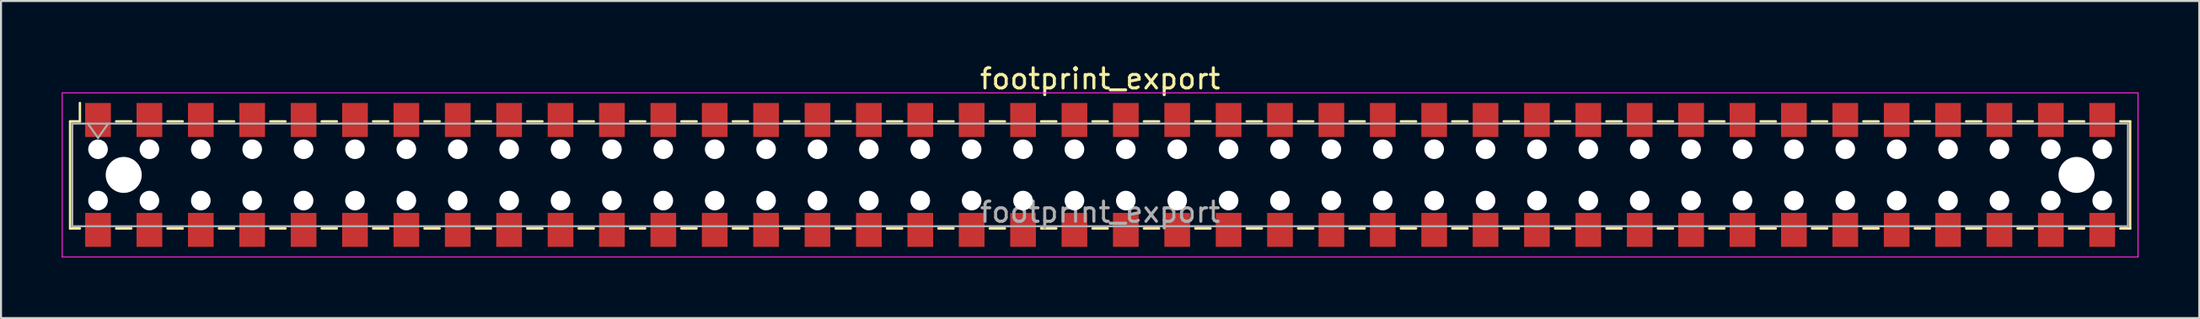
<source format=kicad_pcb>
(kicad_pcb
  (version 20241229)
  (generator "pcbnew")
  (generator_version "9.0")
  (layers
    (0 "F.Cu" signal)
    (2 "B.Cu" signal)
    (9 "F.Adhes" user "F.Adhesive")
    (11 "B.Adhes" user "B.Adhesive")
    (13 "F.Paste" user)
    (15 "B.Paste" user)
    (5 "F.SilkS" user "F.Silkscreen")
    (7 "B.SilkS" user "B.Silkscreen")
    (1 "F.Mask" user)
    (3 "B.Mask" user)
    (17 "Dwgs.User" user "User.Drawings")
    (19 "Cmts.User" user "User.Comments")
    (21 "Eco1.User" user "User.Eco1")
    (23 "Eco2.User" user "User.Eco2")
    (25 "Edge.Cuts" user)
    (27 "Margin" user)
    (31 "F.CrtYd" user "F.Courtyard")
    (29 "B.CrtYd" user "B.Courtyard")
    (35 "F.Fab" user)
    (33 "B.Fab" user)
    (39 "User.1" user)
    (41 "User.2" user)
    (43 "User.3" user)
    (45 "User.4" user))
  (footprint "footprint_export"
    (layer "F.Cu")
    (at 51.325 5.608)
    (property "Reference" "footprint_export" (at 0 -4.76 0) (layer "F.SilkS") (effects (font (size 1 1) (thickness 0.15))))
    (attr smd)
    (fp_line (start -50.91 -2.65) (end -50.91 2.65) (stroke (width 0.12) (type solid)) (layer "F.SilkS"))
    (fp_line (start -50.91 2.65) (end -50.425 2.65) (stroke (width 0.12) (type solid)) (layer "F.SilkS"))
    (fp_line (start -50.425 -3.56) (end -50.425 -2.65) (stroke (width 0.12) (type solid)) (layer "F.SilkS"))
    (fp_line (start -50.425 -2.65) (end -50.91 -2.65) (stroke (width 0.12) (type solid)) (layer "F.SilkS"))
    (fp_line (start -48.635 -2.65) (end -47.885 -2.65) (stroke (width 0.12) (type solid)) (layer "F.SilkS"))
    (fp_line (start -48.635 2.65) (end -47.885 2.65) (stroke (width 0.12) (type solid)) (layer "F.SilkS"))
    (fp_line (start -46.095 -2.65) (end -45.345 -2.65) (stroke (width 0.12) (type solid)) (layer "F.SilkS"))
    (fp_line (start -46.095 2.65) (end -45.345 2.65) (stroke (width 0.12) (type solid)) (layer "F.SilkS"))
    (fp_line (start -43.555 -2.65) (end -42.805 -2.65) (stroke (width 0.12) (type solid)) (layer "F.SilkS"))
    (fp_line (start -43.555 2.65) (end -42.805 2.65) (stroke (width 0.12) (type solid)) (layer "F.SilkS"))
    (fp_line (start -41.015 -2.65) (end -40.265 -2.65) (stroke (width 0.12) (type solid)) (layer "F.SilkS"))
    (fp_line (start -41.015 2.65) (end -40.265 2.65) (stroke (width 0.12) (type solid)) (layer "F.SilkS"))
    (fp_line (start -38.475 -2.65) (end -37.725 -2.65) (stroke (width 0.12) (type solid)) (layer "F.SilkS"))
    (fp_line (start -38.475 2.65) (end -37.725 2.65) (stroke (width 0.12) (type solid)) (layer "F.SilkS"))
    (fp_line (start -35.935 -2.65) (end -35.185 -2.65) (stroke (width 0.12) (type solid)) (layer "F.SilkS"))
    (fp_line (start -35.935 2.65) (end -35.185 2.65) (stroke (width 0.12) (type solid)) (layer "F.SilkS"))
    (fp_line (start -33.395 -2.65) (end -32.645 -2.65) (stroke (width 0.12) (type solid)) (layer "F.SilkS"))
    (fp_line (start -33.395 2.65) (end -32.645 2.65) (stroke (width 0.12) (type solid)) (layer "F.SilkS"))
    (fp_line (start -30.855 -2.65) (end -30.105 -2.65) (stroke (width 0.12) (type solid)) (layer "F.SilkS"))
    (fp_line (start -30.855 2.65) (end -30.105 2.65) (stroke (width 0.12) (type solid)) (layer "F.SilkS"))
    (fp_line (start -28.315 -2.65) (end -27.565 -2.65) (stroke (width 0.12) (type solid)) (layer "F.SilkS"))
    (fp_line (start -28.315 2.65) (end -27.565 2.65) (stroke (width 0.12) (type solid)) (layer "F.SilkS"))
    (fp_line (start -25.775 -2.65) (end -25.025 -2.65) (stroke (width 0.12) (type solid)) (layer "F.SilkS"))
    (fp_line (start -25.775 2.65) (end -25.025 2.65) (stroke (width 0.12) (type solid)) (layer "F.SilkS"))
    (fp_line (start -23.235 -2.65) (end -22.485 -2.65) (stroke (width 0.12) (type solid)) (layer "F.SilkS"))
    (fp_line (start -23.235 2.65) (end -22.485 2.65) (stroke (width 0.12) (type solid)) (layer "F.SilkS"))
    (fp_line (start -20.695 -2.65) (end -19.945 -2.65) (stroke (width 0.12) (type solid)) (layer "F.SilkS"))
    (fp_line (start -20.695 2.65) (end -19.945 2.65) (stroke (width 0.12) (type solid)) (layer "F.SilkS"))
    (fp_line (start -18.155 -2.65) (end -17.405 -2.65) (stroke (width 0.12) (type solid)) (layer "F.SilkS"))
    (fp_line (start -18.155 2.65) (end -17.405 2.65) (stroke (width 0.12) (type solid)) (layer "F.SilkS"))
    (fp_line (start -15.615 -2.65) (end -14.865 -2.65) (stroke (width 0.12) (type solid)) (layer "F.SilkS"))
    (fp_line (start -15.615 2.65) (end -14.865 2.65) (stroke (width 0.12) (type solid)) (layer "F.SilkS"))
    (fp_line (start -13.075 -2.65) (end -12.325 -2.65) (stroke (width 0.12) (type solid)) (layer "F.SilkS"))
    (fp_line (start -13.075 2.65) (end -12.325 2.65) (stroke (width 0.12) (type solid)) (layer "F.SilkS"))
    (fp_line (start -10.535 -2.65) (end -9.785 -2.65) (stroke (width 0.12) (type solid)) (layer "F.SilkS"))
    (fp_line (start -10.535 2.65) (end -9.785 2.65) (stroke (width 0.12) (type solid)) (layer "F.SilkS"))
    (fp_line (start -7.995 -2.65) (end -7.245 -2.65) (stroke (width 0.12) (type solid)) (layer "F.SilkS"))
    (fp_line (start -7.995 2.65) (end -7.245 2.65) (stroke (width 0.12) (type solid)) (layer "F.SilkS"))
    (fp_line (start -5.455 -2.65) (end -4.705 -2.65) (stroke (width 0.12) (type solid)) (layer "F.SilkS"))
    (fp_line (start -5.455 2.65) (end -4.705 2.65) (stroke (width 0.12) (type solid)) (layer "F.SilkS"))
    (fp_line (start -2.915 -2.65) (end -2.165 -2.65) (stroke (width 0.12) (type solid)) (layer "F.SilkS"))
    (fp_line (start -2.915 2.65) (end -2.165 2.65) (stroke (width 0.12) (type solid)) (layer "F.SilkS"))
    (fp_line (start -0.375 -2.65) (end 0.375 -2.65) (stroke (width 0.12) (type solid)) (layer "F.SilkS"))
    (fp_line (start -0.375 2.65) (end 0.375 2.65) (stroke (width 0.12) (type solid)) (layer "F.SilkS"))
    (fp_line (start 2.165 -2.65) (end 2.915 -2.65) (stroke (width 0.12) (type solid)) (layer "F.SilkS"))
    (fp_line (start 2.165 2.65) (end 2.915 2.65) (stroke (width 0.12) (type solid)) (layer "F.SilkS"))
    (fp_line (start 4.705 -2.65) (end 5.455 -2.65) (stroke (width 0.12) (type solid)) (layer "F.SilkS"))
    (fp_line (start 4.705 2.65) (end 5.455 2.65) (stroke (width 0.12) (type solid)) (layer "F.SilkS"))
    (fp_line (start 7.245 -2.65) (end 7.995 -2.65) (stroke (width 0.12) (type solid)) (layer "F.SilkS"))
    (fp_line (start 7.245 2.65) (end 7.995 2.65) (stroke (width 0.12) (type solid)) (layer "F.SilkS"))
    (fp_line (start 9.785 -2.65) (end 10.535 -2.65) (stroke (width 0.12) (type solid)) (layer "F.SilkS"))
    (fp_line (start 9.785 2.65) (end 10.535 2.65) (stroke (width 0.12) (type solid)) (layer "F.SilkS"))
    (fp_line (start 12.325 -2.65) (end 13.075 -2.65) (stroke (width 0.12) (type solid)) (layer "F.SilkS"))
    (fp_line (start 12.325 2.65) (end 13.075 2.65) (stroke (width 0.12) (type solid)) (layer "F.SilkS"))
    (fp_line (start 14.865 -2.65) (end 15.615 -2.65) (stroke (width 0.12) (type solid)) (layer "F.SilkS"))
    (fp_line (start 14.865 2.65) (end 15.615 2.65) (stroke (width 0.12) (type solid)) (layer "F.SilkS"))
    (fp_line (start 17.405 -2.65) (end 18.155 -2.65) (stroke (width 0.12) (type solid)) (layer "F.SilkS"))
    (fp_line (start 17.405 2.65) (end 18.155 2.65) (stroke (width 0.12) (type solid)) (layer "F.SilkS"))
    (fp_line (start 19.945 -2.65) (end 20.695 -2.65) (stroke (width 0.12) (type solid)) (layer "F.SilkS"))
    (fp_line (start 19.945 2.65) (end 20.695 2.65) (stroke (width 0.12) (type solid)) (layer "F.SilkS"))
    (fp_line (start 22.485 -2.65) (end 23.235 -2.65) (stroke (width 0.12) (type solid)) (layer "F.SilkS"))
    (fp_line (start 22.485 2.65) (end 23.235 2.65) (stroke (width 0.12) (type solid)) (layer "F.SilkS"))
    (fp_line (start 25.025 -2.65) (end 25.775 -2.65) (stroke (width 0.12) (type solid)) (layer "F.SilkS"))
    (fp_line (start 25.025 2.65) (end 25.775 2.65) (stroke (width 0.12) (type solid)) (layer "F.SilkS"))
    (fp_line (start 27.565 -2.65) (end 28.315 -2.65) (stroke (width 0.12) (type solid)) (layer "F.SilkS"))
    (fp_line (start 27.565 2.65) (end 28.315 2.65) (stroke (width 0.12) (type solid)) (layer "F.SilkS"))
    (fp_line (start 30.105 -2.65) (end 30.855 -2.65) (stroke (width 0.12) (type solid)) (layer "F.SilkS"))
    (fp_line (start 30.105 2.65) (end 30.855 2.65) (stroke (width 0.12) (type solid)) (layer "F.SilkS"))
    (fp_line (start 32.645 -2.65) (end 33.395 -2.65) (stroke (width 0.12) (type solid)) (layer "F.SilkS"))
    (fp_line (start 32.645 2.65) (end 33.395 2.65) (stroke (width 0.12) (type solid)) (layer "F.SilkS"))
    (fp_line (start 35.185 -2.65) (end 35.935 -2.65) (stroke (width 0.12) (type solid)) (layer "F.SilkS"))
    (fp_line (start 35.185 2.65) (end 35.935 2.65) (stroke (width 0.12) (type solid)) (layer "F.SilkS"))
    (fp_line (start 37.725 -2.65) (end 38.475 -2.65) (stroke (width 0.12) (type solid)) (layer "F.SilkS"))
    (fp_line (start 37.725 2.65) (end 38.475 2.65) (stroke (width 0.12) (type solid)) (layer "F.SilkS"))
    (fp_line (start 40.265 -2.65) (end 41.015 -2.65) (stroke (width 0.12) (type solid)) (layer "F.SilkS"))
    (fp_line (start 40.265 2.65) (end 41.015 2.65) (stroke (width 0.12) (type solid)) (layer "F.SilkS"))
    (fp_line (start 42.805 -2.65) (end 43.555 -2.65) (stroke (width 0.12) (type solid)) (layer "F.SilkS"))
    (fp_line (start 42.805 2.65) (end 43.555 2.65) (stroke (width 0.12) (type solid)) (layer "F.SilkS"))
    (fp_line (start 45.345 -2.65) (end 46.095 -2.65) (stroke (width 0.12) (type solid)) (layer "F.SilkS"))
    (fp_line (start 45.345 2.65) (end 46.095 2.65) (stroke (width 0.12) (type solid)) (layer "F.SilkS"))
    (fp_line (start 47.885 -2.65) (end 48.635 -2.65) (stroke (width 0.12) (type solid)) (layer "F.SilkS"))
    (fp_line (start 47.885 2.65) (end 48.635 2.65) (stroke (width 0.12) (type solid)) (layer "F.SilkS"))
    (fp_line (start 50.425 -2.65) (end 50.91 -2.65) (stroke (width 0.12) (type solid)) (layer "F.SilkS"))
    (fp_line (start 50.91 -2.65) (end 50.91 2.65) (stroke (width 0.12) (type solid)) (layer "F.SilkS"))
    (fp_line (start 50.91 2.65) (end 50.425 2.65) (stroke (width 0.12) (type solid)) (layer "F.SilkS"))
    (fp_line (start -51.3 -4.06) (end 51.3 -4.06) (stroke (width 0.05) (type solid)) (layer "F.CrtYd"))
    (fp_line (start -51.3 4.06) (end -51.3 -4.06) (stroke (width 0.05) (type solid)) (layer "F.CrtYd"))
    (fp_line (start 51.3 -4.06) (end 51.3 4.06) (stroke (width 0.05) (type solid)) (layer "F.CrtYd"))
    (fp_line (start 51.3 4.06) (end -51.3 4.06) (stroke (width 0.05) (type solid)) (layer "F.CrtYd"))
    (fp_line (start -50.8 -2.54) (end 50.8 -2.54) (stroke (width 0.1) (type solid)) (layer "F.Fab"))
    (fp_line (start -50.8 2.54) (end -50.8 -2.54) (stroke (width 0.1) (type solid)) (layer "F.Fab"))
    (fp_line (start -50.03 -2.54) (end -49.53 -1.833) (stroke (width 0.1) (type solid)) (layer "F.Fab"))
    (fp_line (start -49.53 -1.833) (end -49.03 -2.54) (stroke (width 0.1) (type solid)) (layer "F.Fab"))
    (fp_line (start 50.8 -2.54) (end 50.8 2.54) (stroke (width 0.1) (type solid)) (layer "F.Fab"))
    (fp_line (start 50.8 2.54) (end -50.8 2.54) (stroke (width 0.1) (type solid)) (layer "F.Fab"))
    (fp_text user "${REFERENCE}" (at 0 1.84 0) (layer "F.Fab") (effects (font (size 1 1) (thickness 0.15))))
    (pad "" np_thru_hole circle (at -49.53 -1.27) (size 0.97 0.97) (drill 0.97) (layers "*.Cu" "*.Mask"))
    (pad "" np_thru_hole circle (at -49.53 1.27) (size 0.97 0.97) (drill 0.97) (layers "*.Cu" "*.Mask"))
    (pad "" np_thru_hole circle (at -48.26 0) (size 1.78 1.78) (drill 1.78) (layers "*.Cu" "*.Mask"))
    (pad "" np_thru_hole circle (at -46.99 -1.27) (size 0.97 0.97) (drill 0.97) (layers "*.Cu" "*.Mask"))
    (pad "" np_thru_hole circle (at -46.99 1.27) (size 0.97 0.97) (drill 0.97) (layers "*.Cu" "*.Mask"))
    (pad "" np_thru_hole circle (at -44.45 -1.27) (size 0.97 0.97) (drill 0.97) (layers "*.Cu" "*.Mask"))
    (pad "" np_thru_hole circle (at -44.45 1.27) (size 0.97 0.97) (drill 0.97) (layers "*.Cu" "*.Mask"))
    (pad "" np_thru_hole circle (at -41.91 -1.27) (size 0.97 0.97) (drill 0.97) (layers "*.Cu" "*.Mask"))
    (pad "" np_thru_hole circle (at -41.91 1.27) (size 0.97 0.97) (drill 0.97) (layers "*.Cu" "*.Mask"))
    (pad "" np_thru_hole circle (at -39.37 -1.27) (size 0.97 0.97) (drill 0.97) (layers "*.Cu" "*.Mask"))
    (pad "" np_thru_hole circle (at -39.37 1.27) (size 0.97 0.97) (drill 0.97) (layers "*.Cu" "*.Mask"))
    (pad "" np_thru_hole circle (at -36.83 -1.27) (size 0.97 0.97) (drill 0.97) (layers "*.Cu" "*.Mask"))
    (pad "" np_thru_hole circle (at -36.83 1.27) (size 0.97 0.97) (drill 0.97) (layers "*.Cu" "*.Mask"))
    (pad "" np_thru_hole circle (at -34.29 -1.27) (size 0.97 0.97) (drill 0.97) (layers "*.Cu" "*.Mask"))
    (pad "" np_thru_hole circle (at -34.29 1.27) (size 0.97 0.97) (drill 0.97) (layers "*.Cu" "*.Mask"))
    (pad "" np_thru_hole circle (at -31.75 -1.27) (size 0.97 0.97) (drill 0.97) (layers "*.Cu" "*.Mask"))
    (pad "" np_thru_hole circle (at -31.75 1.27) (size 0.97 0.97) (drill 0.97) (layers "*.Cu" "*.Mask"))
    (pad "" np_thru_hole circle (at -29.21 -1.27) (size 0.97 0.97) (drill 0.97) (layers "*.Cu" "*.Mask"))
    (pad "" np_thru_hole circle (at -29.21 1.27) (size 0.97 0.97) (drill 0.97) (layers "*.Cu" "*.Mask"))
    (pad "" np_thru_hole circle (at -26.67 -1.27) (size 0.97 0.97) (drill 0.97) (layers "*.Cu" "*.Mask"))
    (pad "" np_thru_hole circle (at -26.67 1.27) (size 0.97 0.97) (drill 0.97) (layers "*.Cu" "*.Mask"))
    (pad "" np_thru_hole circle (at -24.13 -1.27) (size 0.97 0.97) (drill 0.97) (layers "*.Cu" "*.Mask"))
    (pad "" np_thru_hole circle (at -24.13 1.27) (size 0.97 0.97) (drill 0.97) (layers "*.Cu" "*.Mask"))
    (pad "" np_thru_hole circle (at -21.59 -1.27) (size 0.97 0.97) (drill 0.97) (layers "*.Cu" "*.Mask"))
    (pad "" np_thru_hole circle (at -21.59 1.27) (size 0.97 0.97) (drill 0.97) (layers "*.Cu" "*.Mask"))
    (pad "" np_thru_hole circle (at -19.05 -1.27) (size 0.97 0.97) (drill 0.97) (layers "*.Cu" "*.Mask"))
    (pad "" np_thru_hole circle (at -19.05 1.27) (size 0.97 0.97) (drill 0.97) (layers "*.Cu" "*.Mask"))
    (pad "" np_thru_hole circle (at -16.51 -1.27) (size 0.97 0.97) (drill 0.97) (layers "*.Cu" "*.Mask"))
    (pad "" np_thru_hole circle (at -16.51 1.27) (size 0.97 0.97) (drill 0.97) (layers "*.Cu" "*.Mask"))
    (pad "" np_thru_hole circle (at -13.97 -1.27) (size 0.97 0.97) (drill 0.97) (layers "*.Cu" "*.Mask"))
    (pad "" np_thru_hole circle (at -13.97 1.27) (size 0.97 0.97) (drill 0.97) (layers "*.Cu" "*.Mask"))
    (pad "" np_thru_hole circle (at -11.43 -1.27) (size 0.97 0.97) (drill 0.97) (layers "*.Cu" "*.Mask"))
    (pad "" np_thru_hole circle (at -11.43 1.27) (size 0.97 0.97) (drill 0.97) (layers "*.Cu" "*.Mask"))
    (pad "" np_thru_hole circle (at -8.89 -1.27) (size 0.97 0.97) (drill 0.97) (layers "*.Cu" "*.Mask"))
    (pad "" np_thru_hole circle (at -8.89 1.27) (size 0.97 0.97) (drill 0.97) (layers "*.Cu" "*.Mask"))
    (pad "" np_thru_hole circle (at -6.35 -1.27) (size 0.97 0.97) (drill 0.97) (layers "*.Cu" "*.Mask"))
    (pad "" np_thru_hole circle (at -6.35 1.27) (size 0.97 0.97) (drill 0.97) (layers "*.Cu" "*.Mask"))
    (pad "" np_thru_hole circle (at -3.81 -1.27) (size 0.97 0.97) (drill 0.97) (layers "*.Cu" "*.Mask"))
    (pad "" np_thru_hole circle (at -3.81 1.27) (size 0.97 0.97) (drill 0.97) (layers "*.Cu" "*.Mask"))
    (pad "" np_thru_hole circle (at -1.27 -1.27) (size 0.97 0.97) (drill 0.97) (layers "*.Cu" "*.Mask"))
    (pad "" np_thru_hole circle (at -1.27 1.27) (size 0.97 0.97) (drill 0.97) (layers "*.Cu" "*.Mask"))
    (pad "" np_thru_hole circle (at 1.27 -1.27) (size 0.97 0.97) (drill 0.97) (layers "*.Cu" "*.Mask"))
    (pad "" np_thru_hole circle (at 1.27 1.27) (size 0.97 0.97) (drill 0.97) (layers "*.Cu" "*.Mask"))
    (pad "" np_thru_hole circle (at 3.81 -1.27) (size 0.97 0.97) (drill 0.97) (layers "*.Cu" "*.Mask"))
    (pad "" np_thru_hole circle (at 3.81 1.27) (size 0.97 0.97) (drill 0.97) (layers "*.Cu" "*.Mask"))
    (pad "" np_thru_hole circle (at 6.35 -1.27) (size 0.97 0.97) (drill 0.97) (layers "*.Cu" "*.Mask"))
    (pad "" np_thru_hole circle (at 6.35 1.27) (size 0.97 0.97) (drill 0.97) (layers "*.Cu" "*.Mask"))
    (pad "" np_thru_hole circle (at 8.89 -1.27) (size 0.97 0.97) (drill 0.97) (layers "*.Cu" "*.Mask"))
    (pad "" np_thru_hole circle (at 8.89 1.27) (size 0.97 0.97) (drill 0.97) (layers "*.Cu" "*.Mask"))
    (pad "" np_thru_hole circle (at 11.43 -1.27) (size 0.97 0.97) (drill 0.97) (layers "*.Cu" "*.Mask"))
    (pad "" np_thru_hole circle (at 11.43 1.27) (size 0.97 0.97) (drill 0.97) (layers "*.Cu" "*.Mask"))
    (pad "" np_thru_hole circle (at 13.97 -1.27) (size 0.97 0.97) (drill 0.97) (layers "*.Cu" "*.Mask"))
    (pad "" np_thru_hole circle (at 13.97 1.27) (size 0.97 0.97) (drill 0.97) (layers "*.Cu" "*.Mask"))
    (pad "" np_thru_hole circle (at 16.51 -1.27) (size 0.97 0.97) (drill 0.97) (layers "*.Cu" "*.Mask"))
    (pad "" np_thru_hole circle (at 16.51 1.27) (size 0.97 0.97) (drill 0.97) (layers "*.Cu" "*.Mask"))
    (pad "" np_thru_hole circle (at 19.05 -1.27) (size 0.97 0.97) (drill 0.97) (layers "*.Cu" "*.Mask"))
    (pad "" np_thru_hole circle (at 19.05 1.27) (size 0.97 0.97) (drill 0.97) (layers "*.Cu" "*.Mask"))
    (pad "" np_thru_hole circle (at 21.59 -1.27) (size 0.97 0.97) (drill 0.97) (layers "*.Cu" "*.Mask"))
    (pad "" np_thru_hole circle (at 21.59 1.27) (size 0.97 0.97) (drill 0.97) (layers "*.Cu" "*.Mask"))
    (pad "" np_thru_hole circle (at 24.13 -1.27) (size 0.97 0.97) (drill 0.97) (layers "*.Cu" "*.Mask"))
    (pad "" np_thru_hole circle (at 24.13 1.27) (size 0.97 0.97) (drill 0.97) (layers "*.Cu" "*.Mask"))
    (pad "" np_thru_hole circle (at 26.67 -1.27) (size 0.97 0.97) (drill 0.97) (layers "*.Cu" "*.Mask"))
    (pad "" np_thru_hole circle (at 26.67 1.27) (size 0.97 0.97) (drill 0.97) (layers "*.Cu" "*.Mask"))
    (pad "" np_thru_hole circle (at 29.21 -1.27) (size 0.97 0.97) (drill 0.97) (layers "*.Cu" "*.Mask"))
    (pad "" np_thru_hole circle (at 29.21 1.27) (size 0.97 0.97) (drill 0.97) (layers "*.Cu" "*.Mask"))
    (pad "" np_thru_hole circle (at 31.75 -1.27) (size 0.97 0.97) (drill 0.97) (layers "*.Cu" "*.Mask"))
    (pad "" np_thru_hole circle (at 31.75 1.27) (size 0.97 0.97) (drill 0.97) (layers "*.Cu" "*.Mask"))
    (pad "" np_thru_hole circle (at 34.29 -1.27) (size 0.97 0.97) (drill 0.97) (layers "*.Cu" "*.Mask"))
    (pad "" np_thru_hole circle (at 34.29 1.27) (size 0.97 0.97) (drill 0.97) (layers "*.Cu" "*.Mask"))
    (pad "" np_thru_hole circle (at 36.83 -1.27) (size 0.97 0.97) (drill 0.97) (layers "*.Cu" "*.Mask"))
    (pad "" np_thru_hole circle (at 36.83 1.27) (size 0.97 0.97) (drill 0.97) (layers "*.Cu" "*.Mask"))
    (pad "" np_thru_hole circle (at 39.37 -1.27) (size 0.97 0.97) (drill 0.97) (layers "*.Cu" "*.Mask"))
    (pad "" np_thru_hole circle (at 39.37 1.27) (size 0.97 0.97) (drill 0.97) (layers "*.Cu" "*.Mask"))
    (pad "" np_thru_hole circle (at 41.91 -1.27) (size 0.97 0.97) (drill 0.97) (layers "*.Cu" "*.Mask"))
    (pad "" np_thru_hole circle (at 41.91 1.27) (size 0.97 0.97) (drill 0.97) (layers "*.Cu" "*.Mask"))
    (pad "" np_thru_hole circle (at 44.45 -1.27) (size 0.97 0.97) (drill 0.97) (layers "*.Cu" "*.Mask"))
    (pad "" np_thru_hole circle (at 44.45 1.27) (size 0.97 0.97) (drill 0.97) (layers "*.Cu" "*.Mask"))
    (pad "" np_thru_hole circle (at 46.99 -1.27) (size 0.97 0.97) (drill 0.97) (layers "*.Cu" "*.Mask"))
    (pad "" np_thru_hole circle (at 46.99 1.27) (size 0.97 0.97) (drill 0.97) (layers "*.Cu" "*.Mask"))
    (pad "" np_thru_hole circle (at 48.26 0) (size 1.78 1.78) (drill 1.78) (layers "*.Cu" "*.Mask"))
    (pad "" np_thru_hole circle (at 49.53 -1.27) (size 0.97 0.97) (drill 0.97) (layers "*.Cu" "*.Mask"))
    (pad "" np_thru_hole circle (at 49.53 1.27) (size 0.97 0.97) (drill 0.97) (layers "*.Cu" "*.Mask"))
    (pad "1" smd rect (at -49.53 -2.72) (size 1.27 1.68) (layers "F.Cu" "F.Mask" "F.Paste"))
    (pad "2" smd rect (at -49.53 2.72) (size 1.27 1.68) (layers "F.Cu" "F.Mask" "F.Paste"))
    (pad "3" smd rect (at -46.99 -2.72) (size 1.27 1.68) (layers "F.Cu" "F.Mask" "F.Paste"))
    (pad "4" smd rect (at -46.99 2.72) (size 1.27 1.68) (layers "F.Cu" "F.Mask" "F.Paste"))
    (pad "5" smd rect (at -44.45 -2.72) (size 1.27 1.68) (layers "F.Cu" "F.Mask" "F.Paste"))
    (pad "6" smd rect (at -44.45 2.72) (size 1.27 1.68) (layers "F.Cu" "F.Mask" "F.Paste"))
    (pad "7" smd rect (at -41.91 -2.72) (size 1.27 1.68) (layers "F.Cu" "F.Mask" "F.Paste"))
    (pad "8" smd rect (at -41.91 2.72) (size 1.27 1.68) (layers "F.Cu" "F.Mask" "F.Paste"))
    (pad "9" smd rect (at -39.37 -2.72) (size 1.27 1.68) (layers "F.Cu" "F.Mask" "F.Paste"))
    (pad "10" smd rect (at -39.37 2.72) (size 1.27 1.68) (layers "F.Cu" "F.Mask" "F.Paste"))
    (pad "11" smd rect (at -36.83 -2.72) (size 1.27 1.68) (layers "F.Cu" "F.Mask" "F.Paste"))
    (pad "12" smd rect (at -36.83 2.72) (size 1.27 1.68) (layers "F.Cu" "F.Mask" "F.Paste"))
    (pad "13" smd rect (at -34.29 -2.72) (size 1.27 1.68) (layers "F.Cu" "F.Mask" "F.Paste"))
    (pad "14" smd rect (at -34.29 2.72) (size 1.27 1.68) (layers "F.Cu" "F.Mask" "F.Paste"))
    (pad "15" smd rect (at -31.75 -2.72) (size 1.27 1.68) (layers "F.Cu" "F.Mask" "F.Paste"))
    (pad "16" smd rect (at -31.75 2.72) (size 1.27 1.68) (layers "F.Cu" "F.Mask" "F.Paste"))
    (pad "17" smd rect (at -29.21 -2.72) (size 1.27 1.68) (layers "F.Cu" "F.Mask" "F.Paste"))
    (pad "18" smd rect (at -29.21 2.72) (size 1.27 1.68) (layers "F.Cu" "F.Mask" "F.Paste"))
    (pad "19" smd rect (at -26.67 -2.72) (size 1.27 1.68) (layers "F.Cu" "F.Mask" "F.Paste"))
    (pad "20" smd rect (at -26.67 2.72) (size 1.27 1.68) (layers "F.Cu" "F.Mask" "F.Paste"))
    (pad "21" smd rect (at -24.13 -2.72) (size 1.27 1.68) (layers "F.Cu" "F.Mask" "F.Paste"))
    (pad "22" smd rect (at -24.13 2.72) (size 1.27 1.68) (layers "F.Cu" "F.Mask" "F.Paste"))
    (pad "23" smd rect (at -21.59 -2.72) (size 1.27 1.68) (layers "F.Cu" "F.Mask" "F.Paste"))
    (pad "24" smd rect (at -21.59 2.72) (size 1.27 1.68) (layers "F.Cu" "F.Mask" "F.Paste"))
    (pad "25" smd rect (at -19.05 -2.72) (size 1.27 1.68) (layers "F.Cu" "F.Mask" "F.Paste"))
    (pad "26" smd rect (at -19.05 2.72) (size 1.27 1.68) (layers "F.Cu" "F.Mask" "F.Paste"))
    (pad "27" smd rect (at -16.51 -2.72) (size 1.27 1.68) (layers "F.Cu" "F.Mask" "F.Paste"))
    (pad "28" smd rect (at -16.51 2.72) (size 1.27 1.68) (layers "F.Cu" "F.Mask" "F.Paste"))
    (pad "29" smd rect (at -13.97 -2.72) (size 1.27 1.68) (layers "F.Cu" "F.Mask" "F.Paste"))
    (pad "30" smd rect (at -13.97 2.72) (size 1.27 1.68) (layers "F.Cu" "F.Mask" "F.Paste"))
    (pad "31" smd rect (at -11.43 -2.72) (size 1.27 1.68) (layers "F.Cu" "F.Mask" "F.Paste"))
    (pad "32" smd rect (at -11.43 2.72) (size 1.27 1.68) (layers "F.Cu" "F.Mask" "F.Paste"))
    (pad "33" smd rect (at -8.89 -2.72) (size 1.27 1.68) (layers "F.Cu" "F.Mask" "F.Paste"))
    (pad "34" smd rect (at -8.89 2.72) (size 1.27 1.68) (layers "F.Cu" "F.Mask" "F.Paste"))
    (pad "35" smd rect (at -6.35 -2.72) (size 1.27 1.68) (layers "F.Cu" "F.Mask" "F.Paste"))
    (pad "36" smd rect (at -6.35 2.72) (size 1.27 1.68) (layers "F.Cu" "F.Mask" "F.Paste"))
    (pad "37" smd rect (at -3.81 -2.72) (size 1.27 1.68) (layers "F.Cu" "F.Mask" "F.Paste"))
    (pad "38" smd rect (at -3.81 2.72) (size 1.27 1.68) (layers "F.Cu" "F.Mask" "F.Paste"))
    (pad "39" smd rect (at -1.27 -2.72) (size 1.27 1.68) (layers "F.Cu" "F.Mask" "F.Paste"))
    (pad "40" smd rect (at -1.27 2.72) (size 1.27 1.68) (layers "F.Cu" "F.Mask" "F.Paste"))
    (pad "41" smd rect (at 1.27 -2.72) (size 1.27 1.68) (layers "F.Cu" "F.Mask" "F.Paste"))
    (pad "42" smd rect (at 1.27 2.72) (size 1.27 1.68) (layers "F.Cu" "F.Mask" "F.Paste"))
    (pad "43" smd rect (at 3.81 -2.72) (size 1.27 1.68) (layers "F.Cu" "F.Mask" "F.Paste"))
    (pad "44" smd rect (at 3.81 2.72) (size 1.27 1.68) (layers "F.Cu" "F.Mask" "F.Paste"))
    (pad "45" smd rect (at 6.35 -2.72) (size 1.27 1.68) (layers "F.Cu" "F.Mask" "F.Paste"))
    (pad "46" smd rect (at 6.35 2.72) (size 1.27 1.68) (layers "F.Cu" "F.Mask" "F.Paste"))
    (pad "47" smd rect (at 8.89 -2.72) (size 1.27 1.68) (layers "F.Cu" "F.Mask" "F.Paste"))
    (pad "48" smd rect (at 8.89 2.72) (size 1.27 1.68) (layers "F.Cu" "F.Mask" "F.Paste"))
    (pad "49" smd rect (at 11.43 -2.72) (size 1.27 1.68) (layers "F.Cu" "F.Mask" "F.Paste"))
    (pad "50" smd rect (at 11.43 2.72) (size 1.27 1.68) (layers "F.Cu" "F.Mask" "F.Paste"))
    (pad "51" smd rect (at 13.97 -2.72) (size 1.27 1.68) (layers "F.Cu" "F.Mask" "F.Paste"))
    (pad "52" smd rect (at 13.97 2.72) (size 1.27 1.68) (layers "F.Cu" "F.Mask" "F.Paste"))
    (pad "53" smd rect (at 16.51 -2.72) (size 1.27 1.68) (layers "F.Cu" "F.Mask" "F.Paste"))
    (pad "54" smd rect (at 16.51 2.72) (size 1.27 1.68) (layers "F.Cu" "F.Mask" "F.Paste"))
    (pad "55" smd rect (at 19.05 -2.72) (size 1.27 1.68) (layers "F.Cu" "F.Mask" "F.Paste"))
    (pad "56" smd rect (at 19.05 2.72) (size 1.27 1.68) (layers "F.Cu" "F.Mask" "F.Paste"))
    (pad "57" smd rect (at 21.59 -2.72) (size 1.27 1.68) (layers "F.Cu" "F.Mask" "F.Paste"))
    (pad "58" smd rect (at 21.59 2.72) (size 1.27 1.68) (layers "F.Cu" "F.Mask" "F.Paste"))
    (pad "59" smd rect (at 24.13 -2.72) (size 1.27 1.68) (layers "F.Cu" "F.Mask" "F.Paste"))
    (pad "60" smd rect (at 24.13 2.72) (size 1.27 1.68) (layers "F.Cu" "F.Mask" "F.Paste"))
    (pad "61" smd rect (at 26.67 -2.72) (size 1.27 1.68) (layers "F.Cu" "F.Mask" "F.Paste"))
    (pad "62" smd rect (at 26.67 2.72) (size 1.27 1.68) (layers "F.Cu" "F.Mask" "F.Paste"))
    (pad "63" smd rect (at 29.21 -2.72) (size 1.27 1.68) (layers "F.Cu" "F.Mask" "F.Paste"))
    (pad "64" smd rect (at 29.21 2.72) (size 1.27 1.68) (layers "F.Cu" "F.Mask" "F.Paste"))
    (pad "65" smd rect (at 31.75 -2.72) (size 1.27 1.68) (layers "F.Cu" "F.Mask" "F.Paste"))
    (pad "66" smd rect (at 31.75 2.72) (size 1.27 1.68) (layers "F.Cu" "F.Mask" "F.Paste"))
    (pad "67" smd rect (at 34.29 -2.72) (size 1.27 1.68) (layers "F.Cu" "F.Mask" "F.Paste"))
    (pad "68" smd rect (at 34.29 2.72) (size 1.27 1.68) (layers "F.Cu" "F.Mask" "F.Paste"))
    (pad "69" smd rect (at 36.83 -2.72) (size 1.27 1.68) (layers "F.Cu" "F.Mask" "F.Paste"))
    (pad "70" smd rect (at 36.83 2.72) (size 1.27 1.68) (layers "F.Cu" "F.Mask" "F.Paste"))
    (pad "71" smd rect (at 39.37 -2.72) (size 1.27 1.68) (layers "F.Cu" "F.Mask" "F.Paste"))
    (pad "72" smd rect (at 39.37 2.72) (size 1.27 1.68) (layers "F.Cu" "F.Mask" "F.Paste"))
    (pad "73" smd rect (at 41.91 -2.72) (size 1.27 1.68) (layers "F.Cu" "F.Mask" "F.Paste"))
    (pad "74" smd rect (at 41.91 2.72) (size 1.27 1.68) (layers "F.Cu" "F.Mask" "F.Paste"))
    (pad "75" smd rect (at 44.45 -2.72) (size 1.27 1.68) (layers "F.Cu" "F.Mask" "F.Paste"))
    (pad "76" smd rect (at 44.45 2.72) (size 1.27 1.68) (layers "F.Cu" "F.Mask" "F.Paste"))
    (pad "77" smd rect (at 46.99 -2.72) (size 1.27 1.68) (layers "F.Cu" "F.Mask" "F.Paste"))
    (pad "78" smd rect (at 46.99 2.72) (size 1.27 1.68) (layers "F.Cu" "F.Mask" "F.Paste"))
    (pad "79" smd rect (at 49.53 -2.72) (size 1.27 1.68) (layers "F.Cu" "F.Mask" "F.Paste"))
    (pad "80" smd rect (at 49.53 2.72) (size 1.27 1.68) (layers "F.Cu" "F.Mask" "F.Paste")))
  (gr_rect
    (start -3 -3)
    (end 105.65 12.693)
    (stroke (width 0.1) (type default))
    (fill no)
    (layer "Edge.Cuts")))
</source>
